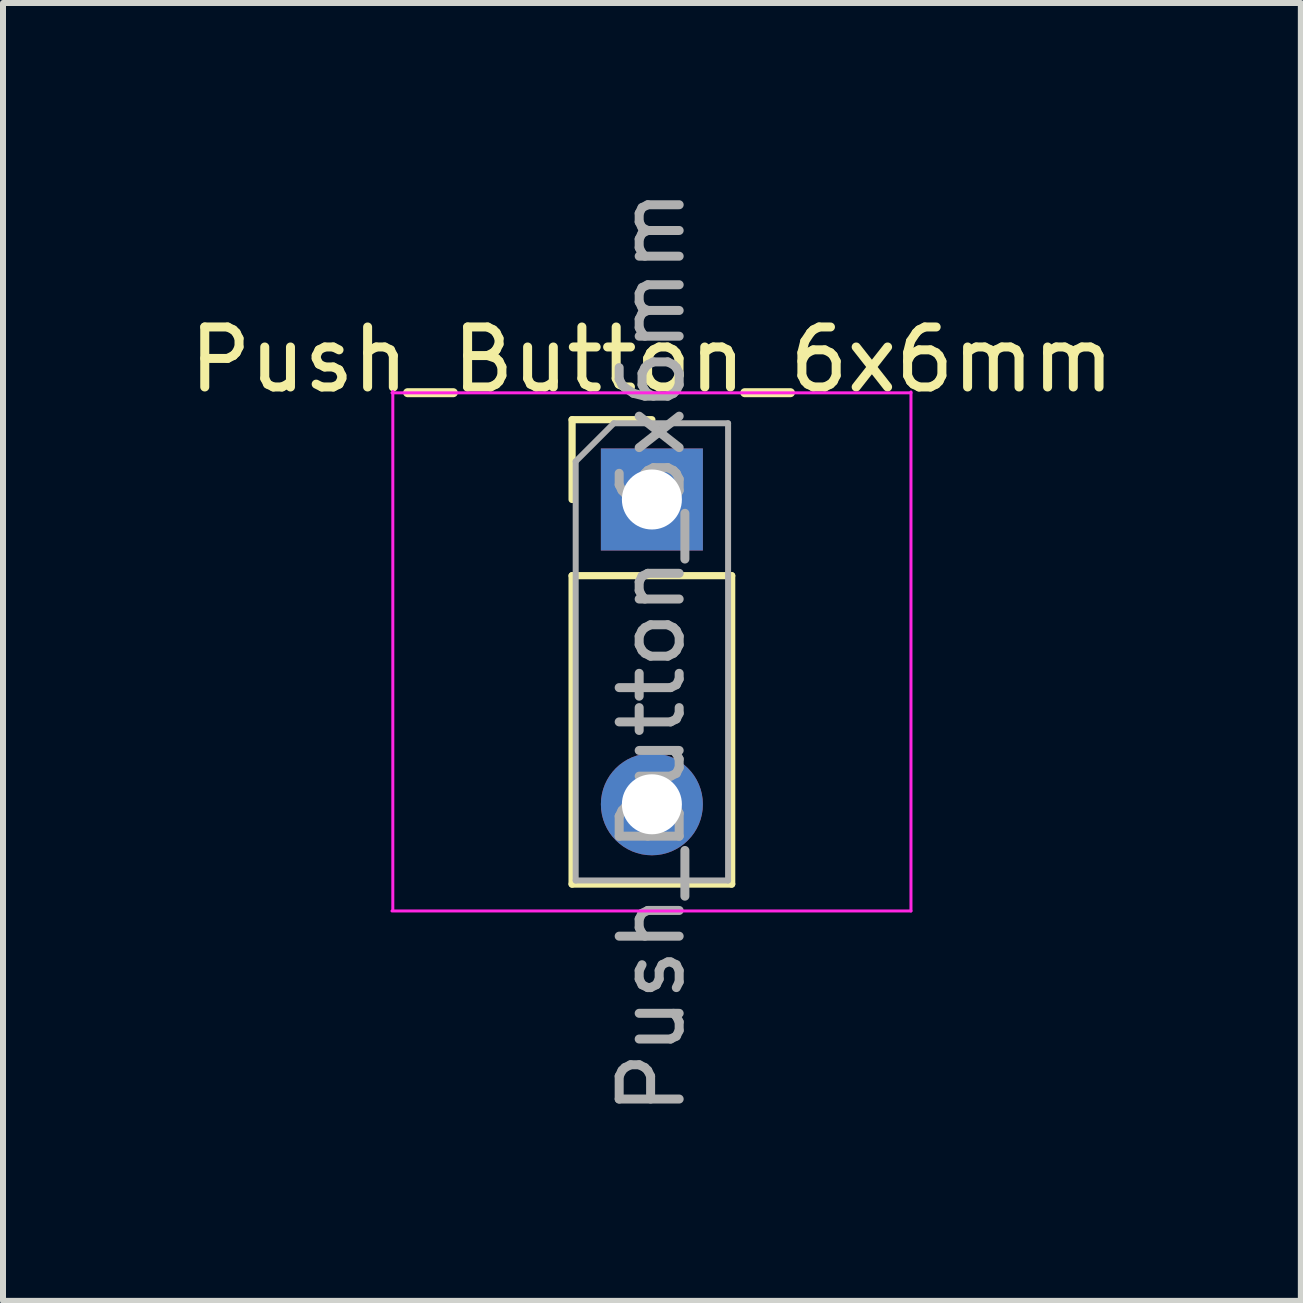
<source format=kicad_pcb>
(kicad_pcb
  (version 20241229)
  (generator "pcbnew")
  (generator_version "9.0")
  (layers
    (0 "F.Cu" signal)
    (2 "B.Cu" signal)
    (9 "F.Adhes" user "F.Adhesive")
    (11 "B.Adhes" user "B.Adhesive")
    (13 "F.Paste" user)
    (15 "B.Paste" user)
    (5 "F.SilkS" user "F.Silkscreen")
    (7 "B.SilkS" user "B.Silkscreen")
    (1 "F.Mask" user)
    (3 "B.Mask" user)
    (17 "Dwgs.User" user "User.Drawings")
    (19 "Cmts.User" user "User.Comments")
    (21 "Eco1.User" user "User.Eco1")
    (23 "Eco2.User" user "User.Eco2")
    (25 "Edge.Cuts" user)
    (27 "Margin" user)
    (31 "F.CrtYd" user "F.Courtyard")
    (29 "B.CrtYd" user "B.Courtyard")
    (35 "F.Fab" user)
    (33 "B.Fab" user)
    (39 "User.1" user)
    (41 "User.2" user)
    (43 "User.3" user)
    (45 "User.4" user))
  (footprint "Push_Button_6x6mm"
    (layer "F.Cu")
    (at 7.815 5.275)
    (property "Reference" "Push_Button_6x6mm" (at 0 -2.33 180) (layer "F.SilkS") (effects (font (size 1 1) (thickness 0.15))))
    (attr through_hole)
    (fp_line (start -1.33 -1.33) (end 0 -1.33) (stroke (width 0.12) (type solid)) (layer "F.SilkS"))
    (fp_line (start -1.33 0) (end -1.33 -1.33) (stroke (width 0.12) (type solid)) (layer "F.SilkS"))
    (fp_line (start -1.33 1.27) (end -1.33 6.41) (stroke (width 0.12) (type solid)) (layer "F.SilkS"))
    (fp_line (start -1.33 1.27) (end 1.33 1.27) (stroke (width 0.12) (type solid)) (layer "F.SilkS"))
    (fp_line (start -1.33 6.41) (end 1.33 6.41) (stroke (width 0.12) (type solid)) (layer "F.SilkS"))
    (fp_line (start 1.33 1.27) (end 1.33 6.41) (stroke (width 0.12) (type solid)) (layer "F.SilkS"))
    (fp_line (start -4.318 -1.8) (end -4.318 6.85) (stroke (width 0.05) (type solid)) (layer "F.CrtYd"))
    (fp_line (start 4.318 -1.778) (end -4.332 -1.778) (stroke (width 0.05) (type solid)) (layer "F.CrtYd"))
    (fp_line (start 4.318 6.858) (end -4.332 6.858) (stroke (width 0.05) (type solid)) (layer "F.CrtYd"))
    (fp_line (start 4.318 6.858) (end 4.318 -1.792) (stroke (width 0.05) (type solid)) (layer "F.CrtYd"))
    (fp_line (start -1.27 -0.635) (end -0.635 -1.27) (stroke (width 0.1) (type solid)) (layer "F.Fab"))
    (fp_line (start -1.27 6.35) (end -1.27 -0.635) (stroke (width 0.1) (type solid)) (layer "F.Fab"))
    (fp_line (start -0.635 -1.27) (end 1.27 -1.27) (stroke (width 0.1) (type solid)) (layer "F.Fab"))
    (fp_line (start 1.27 -1.27) (end 1.27 6.35) (stroke (width 0.1) (type solid)) (layer "F.Fab"))
    (fp_line (start 1.27 6.35) (end -1.27 6.35) (stroke (width 0.1) (type solid)) (layer "F.Fab"))
    (fp_text user "${REFERENCE}" (at 0 2.54 270) (layer "F.Fab") (effects (font (size 1 1) (thickness 0.15))))
    (pad "1" thru_hole rect (at 0 0) (size 1.7 1.7) (drill 1) (layers "*.Cu" "*.Mask"))
    (pad "2" thru_hole oval (at 0 5.08) (size 1.7 1.7) (drill 1) (layers "*.Cu" "*.Mask")))
  (gr_rect
    (start -3 -3)
    (end 18.631 18.631)
    (stroke (width 0.1) (type default))
    (fill no)
    (layer "Edge.Cuts")))
</source>
